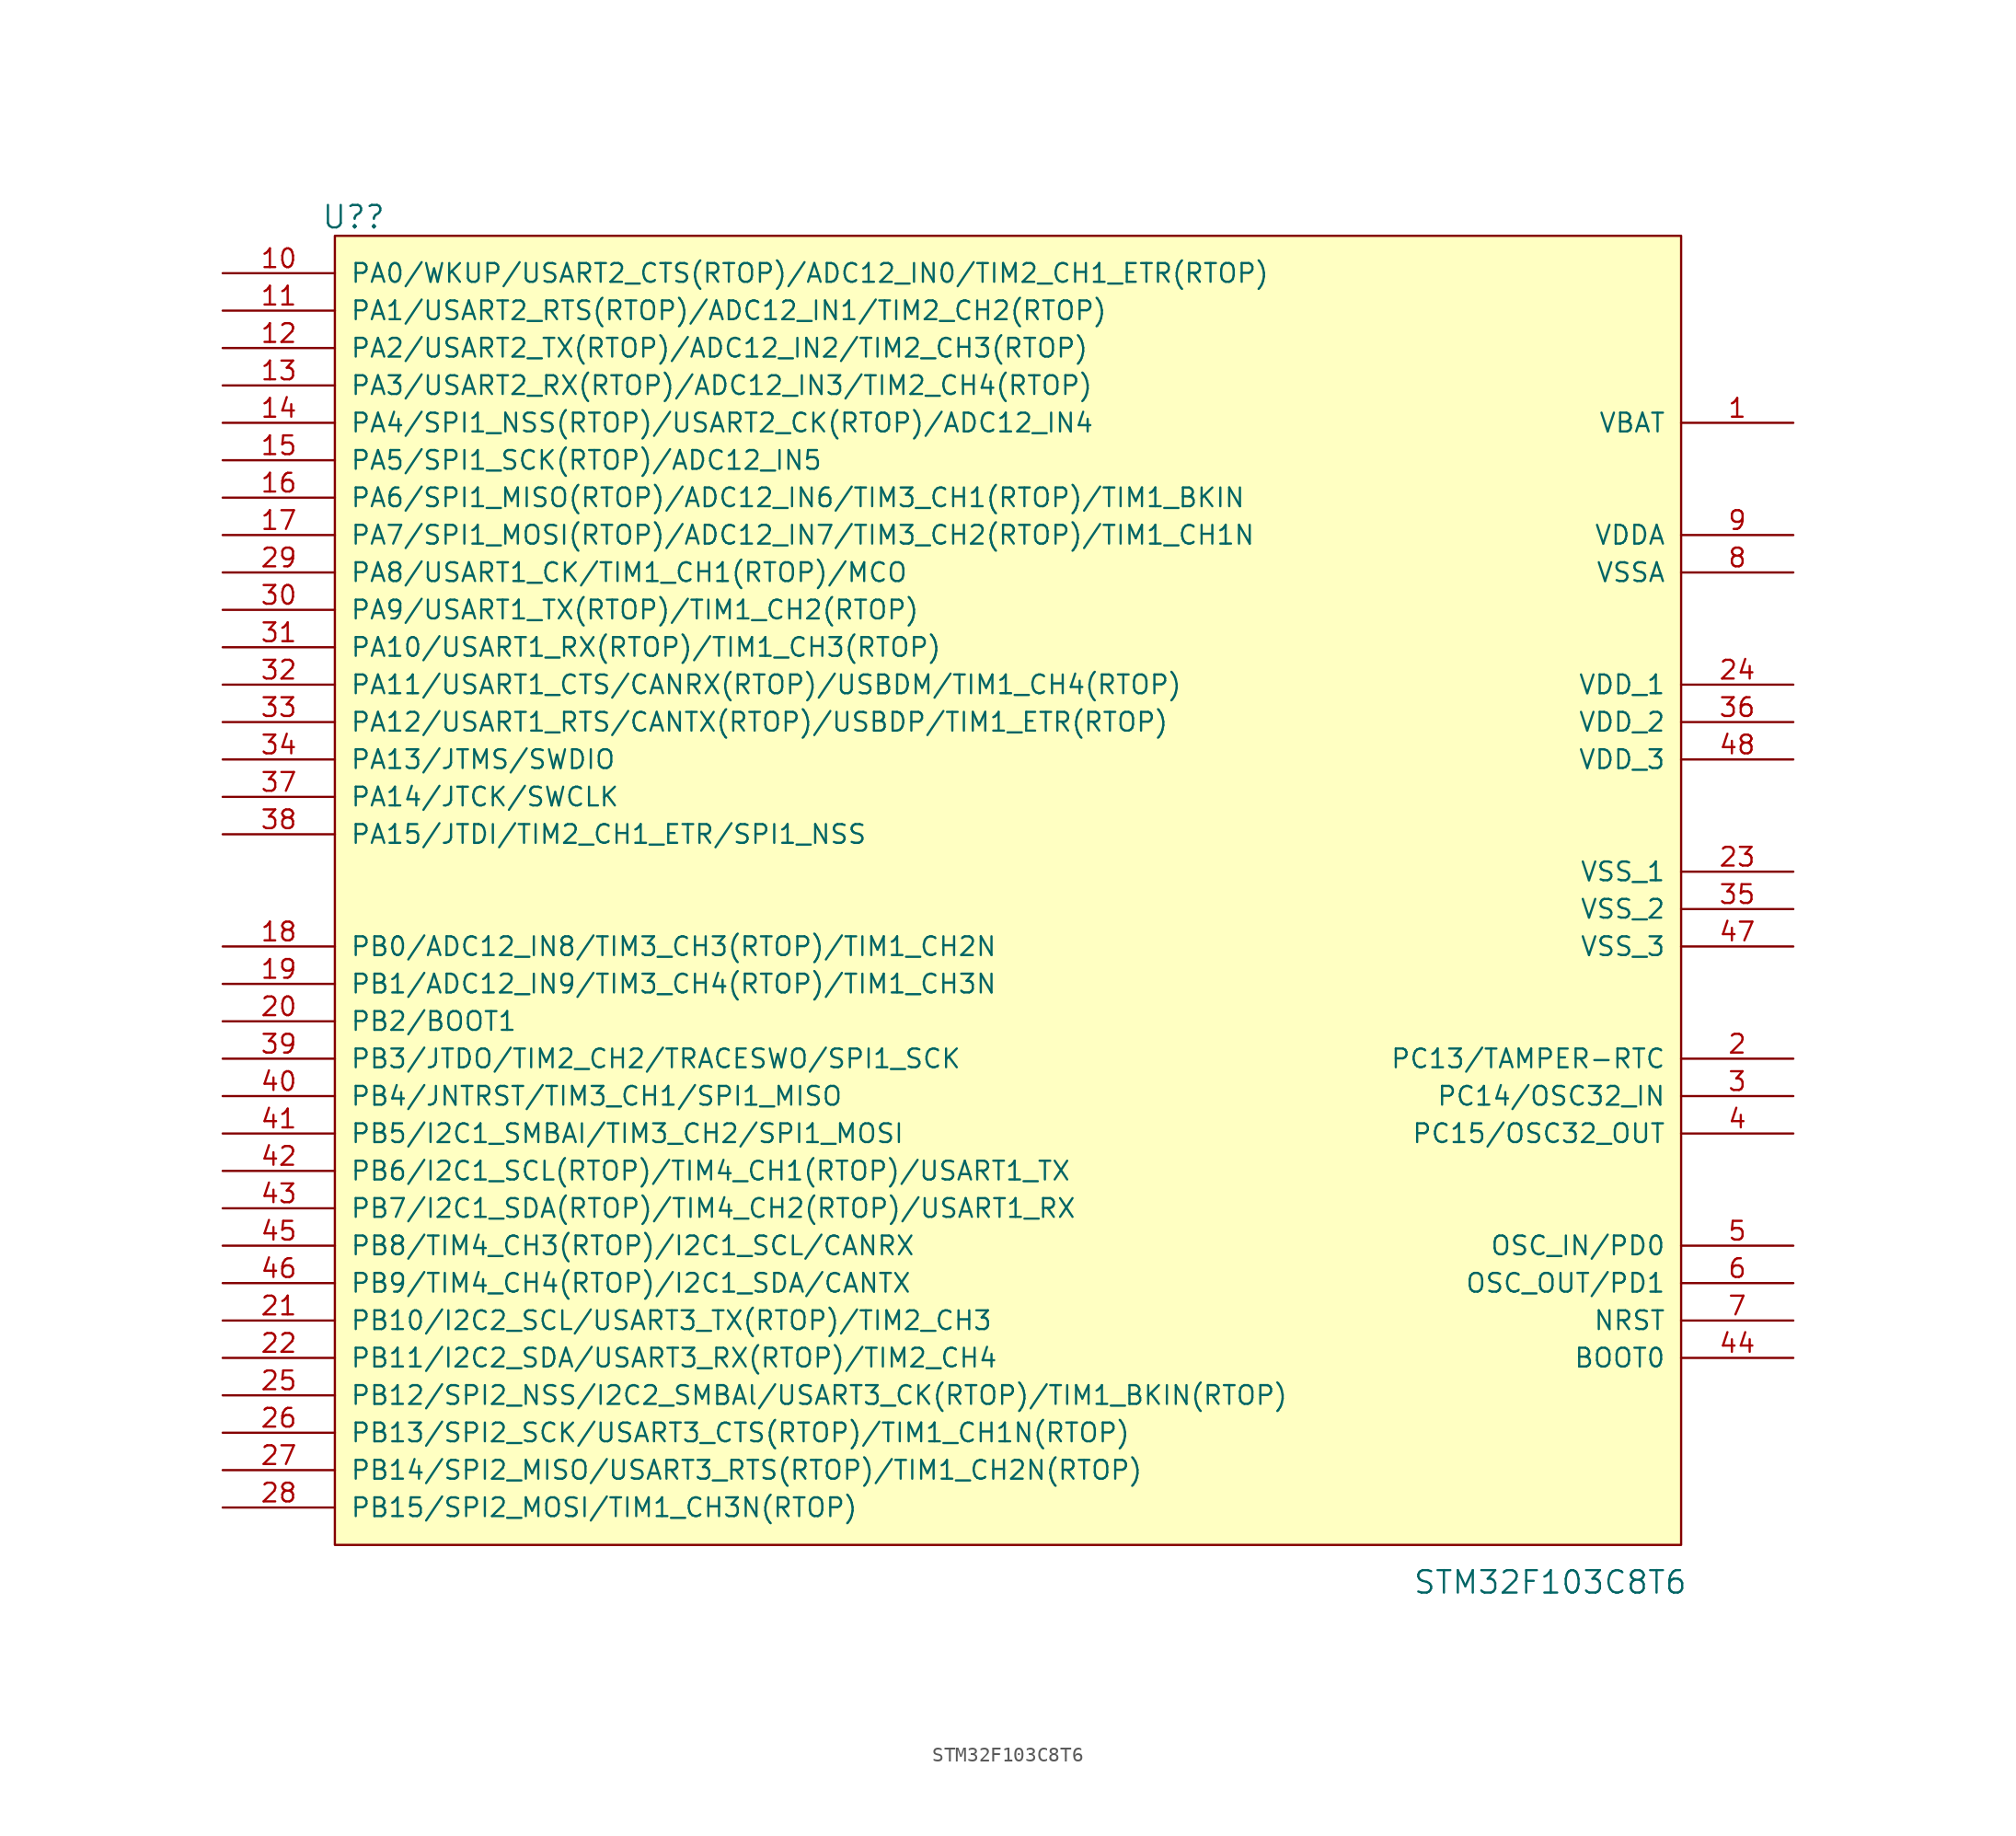
<source format=kicad_sym>
(kicad_symbol_lib
  (version 20211014)
  (generator kicad_symbol_editor)
  (symbol "STM32F103C8T6"
    (pin_names
      (offset 1.016))
    (property "Reference" "U?"
      (at -40.64 35.56 0)
      (effects (font (size 1.524 1.524))))
    (property "Value" "STM32F103C8T6"
      (at 40.64 -57.15 0)
      (effects (font (size 1.524 1.524))))
    (symbol "STM32F103C8T6_0_1"
      (rectangle (start -41.91 -54.61) (end 49.53 34.29) (stroke (width 0) (type default) (color 0 0 0 0)) (fill (type background))))
    (symbol "STM32F103C8T6_1_1"
      (pin passive line (at 57.15 21.59 180) (length 7.62) (name "VBAT" (effects (font (size 1.27 1.27)))) (number "1" (effects (font (size 1.27 1.27)))))
      (pin input line (at -49.53 31.75 0) (length 7.62) (name "PA0/WKUP/USART2_CTS(RTOP)/ADC12_IN0/TIM2_CH1_ETR(RTOP)" (effects (font (size 1.27 1.27)))) (number "10" (effects (font (size 1.27 1.27)))))
      (pin input line (at -49.53 29.21 0) (length 7.62) (name "PA1/USART2_RTS(RTOP)/ADC12_IN1/TIM2_CH2(RTOP)" (effects (font (size 1.27 1.27)))) (number "11" (effects (font (size 1.27 1.27)))))
      (pin input line (at -49.53 26.67 0) (length 7.62) (name "PA2/USART2_TX(RTOP)/ADC12_IN2/TIM2_CH3(RTOP)" (effects (font (size 1.27 1.27)))) (number "12" (effects (font (size 1.27 1.27)))))
      (pin input line (at -49.53 24.13 0) (length 7.62) (name "PA3/USART2_RX(RTOP)/ADC12_IN3/TIM2_CH4(RTOP)" (effects (font (size 1.27 1.27)))) (number "13" (effects (font (size 1.27 1.27)))))
      (pin input line (at -49.53 21.59 0) (length 7.62) (name "PA4/SPI1_NSS(RTOP)/USART2_CK(RTOP)/ADC12_IN4" (effects (font (size 1.27 1.27)))) (number "14" (effects (font (size 1.27 1.27)))))
      (pin input line (at -49.53 19.05 0) (length 7.62) (name "PA5/SPI1_SCK(RTOP)/ADC12_IN5" (effects (font (size 1.27 1.27)))) (number "15" (effects (font (size 1.27 1.27)))))
      (pin input line (at -49.53 16.51 0) (length 7.62) (name "PA6/SPI1_MISO(RTOP)/ADC12_IN6/TIM3_CH1(RTOP)/TIM1_BKIN" (effects (font (size 1.27 1.27)))) (number "16" (effects (font (size 1.27 1.27)))))
      (pin input line (at -49.53 13.97 0) (length 7.62) (name "PA7/SPI1_MOSI(RTOP)/ADC12_IN7/TIM3_CH2(RTOP)/TIM1_CH1N" (effects (font (size 1.27 1.27)))) (number "17" (effects (font (size 1.27 1.27)))))
      (pin input line (at -49.53 -13.97 0) (length 7.62) (name "PB0/ADC12_IN8/TIM3_CH3(RTOP)/TIM1_CH2N" (effects (font (size 1.27 1.27)))) (number "18" (effects (font (size 1.27 1.27)))))
      (pin input line (at -49.53 -16.51 0) (length 7.62) (name "PB1/ADC12_IN9/TIM3_CH4(RTOP)/TIM1_CH3N" (effects (font (size 1.27 1.27)))) (number "19" (effects (font (size 1.27 1.27)))))
      (pin input line (at 57.15 -21.59 180) (length 7.62) (name "PC13/TAMPER-RTC" (effects (font (size 1.27 1.27)))) (number "2" (effects (font (size 1.27 1.27)))))
      (pin input line (at -49.53 -19.05 0) (length 7.62) (name "PB2/BOOT1" (effects (font (size 1.27 1.27)))) (number "20" (effects (font (size 1.27 1.27)))))
      (pin input line (at -49.53 -39.37 0) (length 7.62) (name "PB10/I2C2_SCL/USART3_TX(RTOP)/TIM2_CH3" (effects (font (size 1.27 1.27)))) (number "21" (effects (font (size 1.27 1.27)))))
      (pin input line (at -49.53 -41.91 0) (length 7.62) (name "PB11/I2C2_SDA/USART3_RX(RTOP)/TIM2_CH4" (effects (font (size 1.27 1.27)))) (number "22" (effects (font (size 1.27 1.27)))))
      (pin passive line (at 57.15 -8.89 180) (length 7.62) (name "VSS_1" (effects (font (size 1.27 1.27)))) (number "23" (effects (font (size 1.27 1.27)))))
      (pin passive line (at 57.15 3.81 180) (length 7.62) (name "VDD_1" (effects (font (size 1.27 1.27)))) (number "24" (effects (font (size 1.27 1.27)))))
      (pin input line (at -49.53 -44.45 0) (length 7.62) (name "PB12/SPI2_NSS/I2C2_SMBAl/USART3_CK(RTOP)/TIM1_BKIN(RTOP)" (effects (font (size 1.27 1.27)))) (number "25" (effects (font (size 1.27 1.27)))))
      (pin input line (at -49.53 -46.99 0) (length 7.62) (name "PB13/SPI2_SCK/USART3_CTS(RTOP)/TIM1_CH1N(RTOP)" (effects (font (size 1.27 1.27)))) (number "26" (effects (font (size 1.27 1.27)))))
      (pin input line (at -49.53 -49.53 0) (length 7.62) (name "PB14/SPI2_MISO/USART3_RTS(RTOP)/TIM1_CH2N(RTOP)" (effects (font (size 1.27 1.27)))) (number "27" (effects (font (size 1.27 1.27)))))
      (pin input line (at -49.53 -52.07 0) (length 7.62) (name "PB15/SPI2_MOSI/TIM1_CH3N(RTOP)" (effects (font (size 1.27 1.27)))) (number "28" (effects (font (size 1.27 1.27)))))
      (pin input line (at -49.53 11.43 0) (length 7.62) (name "PA8/USART1_CK/TIM1_CH1(RTOP)/MCO" (effects (font (size 1.27 1.27)))) (number "29" (effects (font (size 1.27 1.27)))))
      (pin input line (at 57.15 -24.13 180) (length 7.62) (name "PC14/OSC32_IN" (effects (font (size 1.27 1.27)))) (number "3" (effects (font (size 1.27 1.27)))))
      (pin input line (at -49.53 8.89 0) (length 7.62) (name "PA9/USART1_TX(RTOP)/TIM1_CH2(RTOP)" (effects (font (size 1.27 1.27)))) (number "30" (effects (font (size 1.27 1.27)))))
      (pin input line (at -49.53 6.35 0) (length 7.62) (name "PA10/USART1_RX(RTOP)/TIM1_CH3(RTOP)" (effects (font (size 1.27 1.27)))) (number "31" (effects (font (size 1.27 1.27)))))
      (pin input line (at -49.53 3.81 0) (length 7.62) (name "PA11/USART1_CTS/CANRX(RTOP)/USBDM/TIM1_CH4(RTOP)" (effects (font (size 1.27 1.27)))) (number "32" (effects (font (size 1.27 1.27)))))
      (pin input line (at -49.53 1.27 0) (length 7.62) (name "PA12/USART1_RTS/CANTX(RTOP)/USBDP/TIM1_ETR(RTOP)" (effects (font (size 1.27 1.27)))) (number "33" (effects (font (size 1.27 1.27)))))
      (pin input line (at -49.53 -1.27 0) (length 7.62) (name "PA13/JTMS/SWDIO" (effects (font (size 1.27 1.27)))) (number "34" (effects (font (size 1.27 1.27)))))
      (pin passive line (at 57.15 -11.43 180) (length 7.62) (name "VSS_2" (effects (font (size 1.27 1.27)))) (number "35" (effects (font (size 1.27 1.27)))))
      (pin passive line (at 57.15 1.27 180) (length 7.62) (name "VDD_2" (effects (font (size 1.27 1.27)))) (number "36" (effects (font (size 1.27 1.27)))))
      (pin input line (at -49.53 -3.81 0) (length 7.62) (name "PA14/JTCK/SWCLK" (effects (font (size 1.27 1.27)))) (number "37" (effects (font (size 1.27 1.27)))))
      (pin input line (at -49.53 -6.35 0) (length 7.62) (name "PA15/JTDI/TIM2_CH1_ETR/SPI1_NSS" (effects (font (size 1.27 1.27)))) (number "38" (effects (font (size 1.27 1.27)))))
      (pin input line (at -49.53 -21.59 0) (length 7.62) (name "PB3/JTDO/TIM2_CH2/TRACESWO/SPI1_SCK" (effects (font (size 1.27 1.27)))) (number "39" (effects (font (size 1.27 1.27)))))
      (pin input line (at 57.15 -26.67 180) (length 7.62) (name "PC15/OSC32_OUT" (effects (font (size 1.27 1.27)))) (number "4" (effects (font (size 1.27 1.27)))))
      (pin input line (at -49.53 -24.13 0) (length 7.62) (name "PB4/JNTRST/TIM3_CH1/SPI1_MISO" (effects (font (size 1.27 1.27)))) (number "40" (effects (font (size 1.27 1.27)))))
      (pin input line (at -49.53 -26.67 0) (length 7.62) (name "PB5/I2C1_SMBAI/TIM3_CH2/SPI1_MOSI" (effects (font (size 1.27 1.27)))) (number "41" (effects (font (size 1.27 1.27)))))
      (pin input line (at -49.53 -29.21 0) (length 7.62) (name "PB6/I2C1_SCL(RTOP)/TIM4_CH1(RTOP)/USART1_TX" (effects (font (size 1.27 1.27)))) (number "42" (effects (font (size 1.27 1.27)))))
      (pin input line (at -49.53 -31.75 0) (length 7.62) (name "PB7/I2C1_SDA(RTOP)/TIM4_CH2(RTOP)/USART1_RX" (effects (font (size 1.27 1.27)))) (number "43" (effects (font (size 1.27 1.27)))))
      (pin input line (at 57.15 -41.91 180) (length 7.62) (name "BOOT0" (effects (font (size 1.27 1.27)))) (number "44" (effects (font (size 1.27 1.27)))))
      (pin input line (at -49.53 -34.29 0) (length 7.62) (name "PB8/TIM4_CH3(RTOP)/I2C1_SCL/CANRX" (effects (font (size 1.27 1.27)))) (number "45" (effects (font (size 1.27 1.27)))))
      (pin input line (at -49.53 -36.83 0) (length 7.62) (name "PB9/TIM4_CH4(RTOP)/I2C1_SDA/CANTX" (effects (font (size 1.27 1.27)))) (number "46" (effects (font (size 1.27 1.27)))))
      (pin passive line (at 57.15 -13.97 180) (length 7.62) (name "VSS_3" (effects (font (size 1.27 1.27)))) (number "47" (effects (font (size 1.27 1.27)))))
      (pin passive line (at 57.15 -1.27 180) (length 7.62) (name "VDD_3" (effects (font (size 1.27 1.27)))) (number "48" (effects (font (size 1.27 1.27)))))
      (pin input line (at 57.15 -34.29 180) (length 7.62) (name "OSC_IN/PD0" (effects (font (size 1.27 1.27)))) (number "5" (effects (font (size 1.27 1.27)))))
      (pin input line (at 57.15 -36.83 180) (length 7.62) (name "OSC_OUT/PD1" (effects (font (size 1.27 1.27)))) (number "6" (effects (font (size 1.27 1.27)))))
      (pin input line (at 57.15 -39.37 180) (length 7.62) (name "NRST" (effects (font (size 1.27 1.27)))) (number "7" (effects (font (size 1.27 1.27)))))
      (pin passive line (at 57.15 11.43 180) (length 7.62) (name "VSSA" (effects (font (size 1.27 1.27)))) (number "8" (effects (font (size 1.27 1.27)))))
      (pin passive line (at 57.15 13.97 180) (length 7.62) (name "VDDA" (effects (font (size 1.27 1.27)))) (number "9" (effects (font (size 1.27 1.27))))))))
</source>
